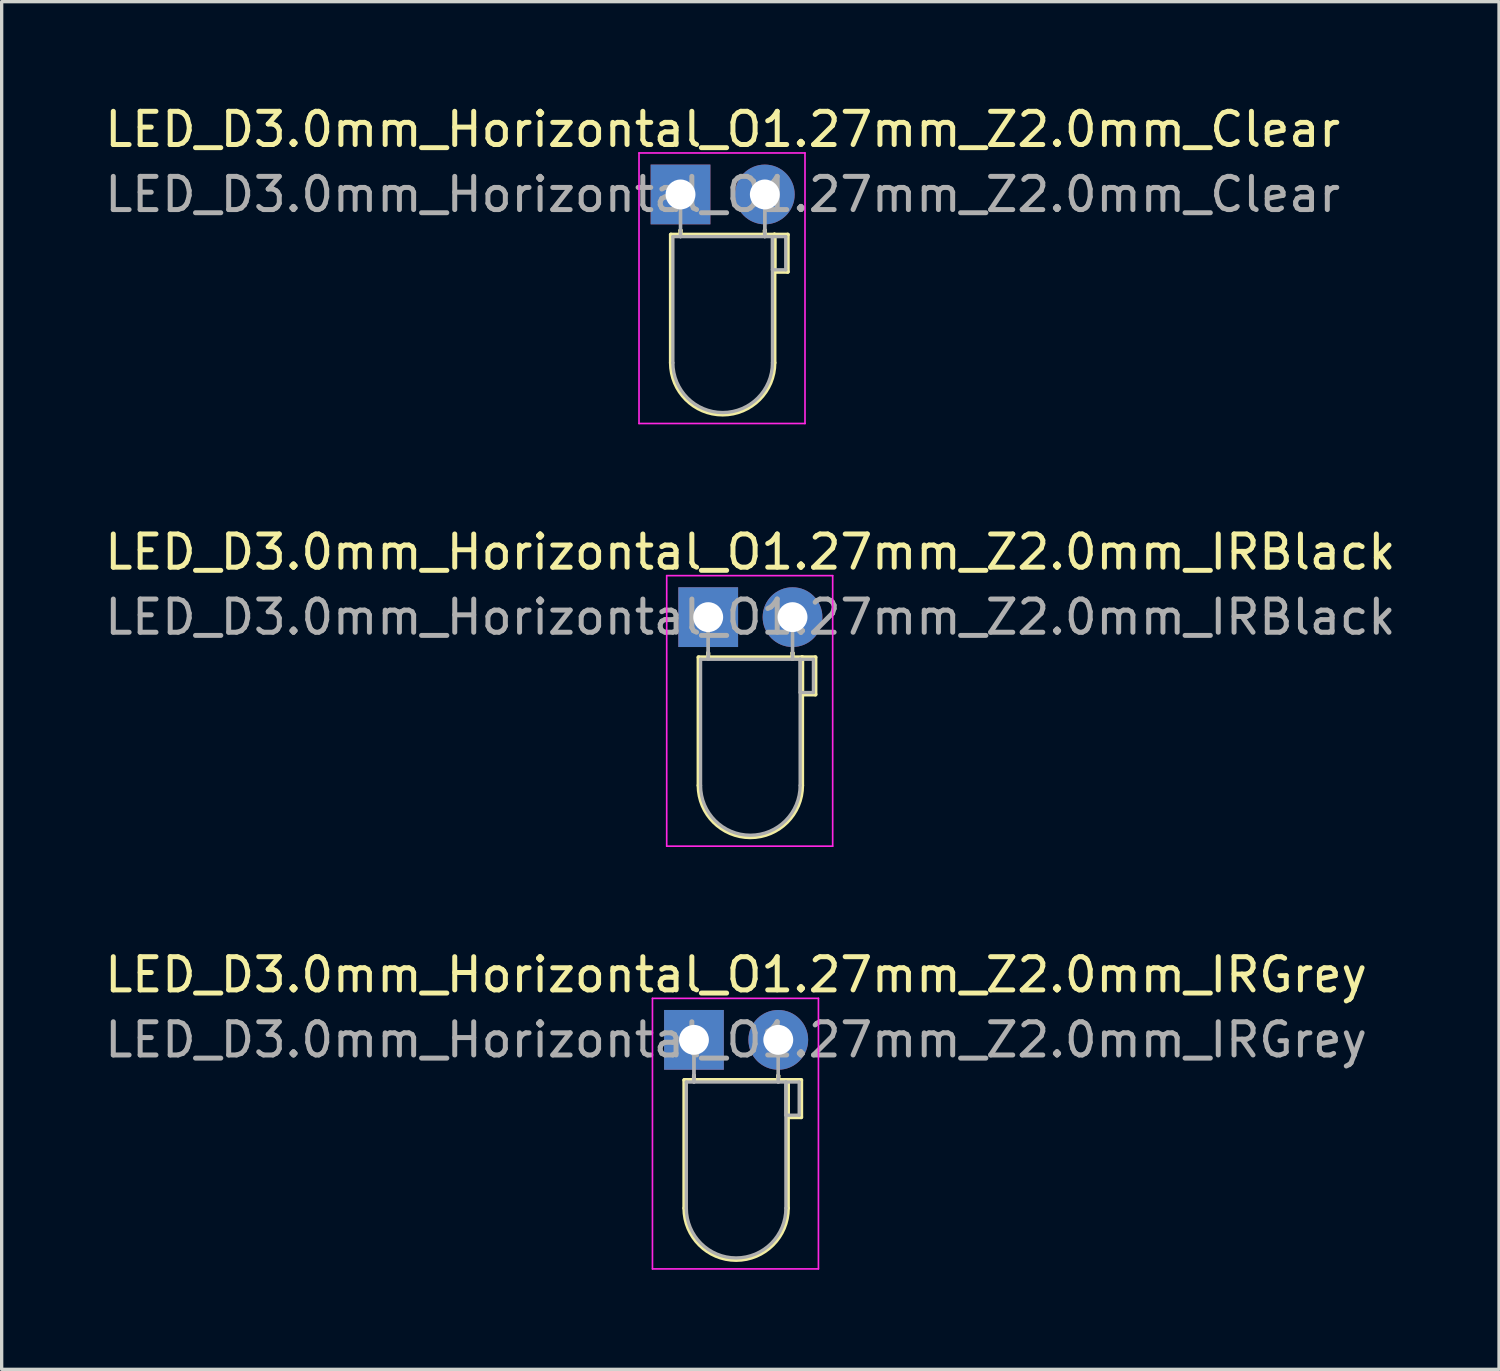
<source format=kicad_pcb>
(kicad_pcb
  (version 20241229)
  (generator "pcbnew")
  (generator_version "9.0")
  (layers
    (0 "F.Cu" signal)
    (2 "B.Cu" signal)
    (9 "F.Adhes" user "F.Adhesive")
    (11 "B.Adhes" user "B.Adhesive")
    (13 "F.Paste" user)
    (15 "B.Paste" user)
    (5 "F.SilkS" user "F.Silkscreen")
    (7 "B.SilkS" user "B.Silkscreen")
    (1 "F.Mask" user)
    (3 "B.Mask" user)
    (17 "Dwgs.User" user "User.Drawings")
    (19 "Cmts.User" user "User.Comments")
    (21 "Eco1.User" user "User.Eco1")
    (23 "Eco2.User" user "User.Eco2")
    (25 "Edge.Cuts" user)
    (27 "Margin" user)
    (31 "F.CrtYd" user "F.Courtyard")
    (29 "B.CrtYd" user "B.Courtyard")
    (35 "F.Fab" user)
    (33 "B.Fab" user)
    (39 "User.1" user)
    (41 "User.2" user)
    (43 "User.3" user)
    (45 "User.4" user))
  (footprint "LED_D3.0mm_Horizontal_O1.27mm_Z2.0mm_Clear"
    (layer "F.Cu")
    (at 17.45 2.808)
    (property "Reference" "LED_D3.0mm_Horizontal_O1.27mm_Z2.0mm_Clear" (at 1.27 -1.96 0) (layer "F.SilkS") (effects (font (size 1 1) (thickness 0.15))))
    (attr through_hole)
    (fp_line (start -0.29 1.21) (end -0.29 5.07) (stroke (width 0.12) (type solid)) (layer "F.SilkS"))
    (fp_line (start -0.29 1.21) (end 2.83 1.21) (stroke (width 0.12) (type solid)) (layer "F.SilkS"))
    (fp_line (start 0 1.08) (end 0 1.08) (stroke (width 0.12) (type solid)) (layer "F.SilkS"))
    (fp_line (start 0 1.08) (end 0 1.21) (stroke (width 0.12) (type solid)) (layer "F.SilkS"))
    (fp_line (start 0 1.21) (end 0 1.08) (stroke (width 0.12) (type solid)) (layer "F.SilkS"))
    (fp_line (start 0 1.21) (end 0 1.21) (stroke (width 0.12) (type solid)) (layer "F.SilkS"))
    (fp_line (start 2.54 1.08) (end 2.54 1.08) (stroke (width 0.12) (type solid)) (layer "F.SilkS"))
    (fp_line (start 2.54 1.08) (end 2.54 1.21) (stroke (width 0.12) (type solid)) (layer "F.SilkS"))
    (fp_line (start 2.54 1.21) (end 2.54 1.08) (stroke (width 0.12) (type solid)) (layer "F.SilkS"))
    (fp_line (start 2.54 1.21) (end 2.54 1.21) (stroke (width 0.12) (type solid)) (layer "F.SilkS"))
    (fp_line (start 2.83 1.21) (end 2.83 5.07) (stroke (width 0.12) (type solid)) (layer "F.SilkS"))
    (fp_line (start 2.83 1.21) (end 3.23 1.21) (stroke (width 0.12) (type solid)) (layer "F.SilkS"))
    (fp_line (start 2.83 2.33) (end 2.83 1.21) (stroke (width 0.12) (type solid)) (layer "F.SilkS"))
    (fp_line (start 3.23 1.21) (end 3.23 2.33) (stroke (width 0.12) (type solid)) (layer "F.SilkS"))
    (fp_line (start 3.23 2.33) (end 2.83 2.33) (stroke (width 0.12) (type solid)) (layer "F.SilkS"))
    (fp_arc (start 2.83 5.07) (mid 1.27 6.63) (end -0.29 5.07) (stroke (width 0.12) (type solid)) (layer "F.SilkS"))
    (fp_line (start -1.25 -1.25) (end -1.25 6.9) (stroke (width 0.05) (type solid)) (layer "F.CrtYd"))
    (fp_line (start -1.25 6.9) (end 3.75 6.9) (stroke (width 0.05) (type solid)) (layer "F.CrtYd"))
    (fp_line (start 3.75 -1.25) (end -1.25 -1.25) (stroke (width 0.05) (type solid)) (layer "F.CrtYd"))
    (fp_line (start 3.75 6.9) (end 3.75 -1.25) (stroke (width 0.05) (type solid)) (layer "F.CrtYd"))
    (fp_line (start -0.23 1.27) (end -0.23 5.07) (stroke (width 0.1) (type solid)) (layer "F.Fab"))
    (fp_line (start -0.23 1.27) (end 2.77 1.27) (stroke (width 0.1) (type solid)) (layer "F.Fab"))
    (fp_line (start 0 0) (end 0 0) (stroke (width 0.1) (type solid)) (layer "F.Fab"))
    (fp_line (start 0 0) (end 0 1.27) (stroke (width 0.1) (type solid)) (layer "F.Fab"))
    (fp_line (start 0 1.27) (end 0 0) (stroke (width 0.1) (type solid)) (layer "F.Fab"))
    (fp_line (start 0 1.27) (end 0 1.27) (stroke (width 0.1) (type solid)) (layer "F.Fab"))
    (fp_line (start 2.54 0) (end 2.54 0) (stroke (width 0.1) (type solid)) (layer "F.Fab"))
    (fp_line (start 2.54 0) (end 2.54 1.27) (stroke (width 0.1) (type solid)) (layer "F.Fab"))
    (fp_line (start 2.54 1.27) (end 2.54 0) (stroke (width 0.1) (type solid)) (layer "F.Fab"))
    (fp_line (start 2.54 1.27) (end 2.54 1.27) (stroke (width 0.1) (type solid)) (layer "F.Fab"))
    (fp_line (start 2.77 1.27) (end 2.77 5.07) (stroke (width 0.1) (type solid)) (layer "F.Fab"))
    (fp_line (start 2.77 1.27) (end 3.17 1.27) (stroke (width 0.1) (type solid)) (layer "F.Fab"))
    (fp_line (start 2.77 2.27) (end 2.77 1.27) (stroke (width 0.1) (type solid)) (layer "F.Fab"))
    (fp_line (start 3.17 1.27) (end 3.17 2.27) (stroke (width 0.1) (type solid)) (layer "F.Fab"))
    (fp_line (start 3.17 2.27) (end 2.77 2.27) (stroke (width 0.1) (type solid)) (layer "F.Fab"))
    (fp_arc (start 2.77 5.07) (mid 1.27 6.57) (end -0.23 5.07) (stroke (width 0.1) (type solid)) (layer "F.Fab"))
    (fp_text user "${REFERENCE}" (at 1.27 0 0) (layer "F.Fab") (effects (font (size 1 1) (thickness 0.15))))
    (pad "1" thru_hole rect (at 0 0) (size 1.8 1.8) (drill 0.9) (layers "*.Cu" "*.Mask"))
    (pad "2" thru_hole circle (at 2.54 0) (size 1.8 1.8) (drill 0.9) (layers "*.Cu" "*.Mask")))
  (footprint "LED_D3.0mm_Horizontal_O1.27mm_Z2.0mm_IRBlack"
    (layer "F.Cu")
    (at 18.284 15.541)
    (property "Reference" "LED_D3.0mm_Horizontal_O1.27mm_Z2.0mm_IRBlack" (at 1.27 -1.96 0) (layer "F.SilkS") (effects (font (size 1 1) (thickness 0.15))))
    (attr through_hole)
    (fp_line (start -0.29 1.21) (end -0.29 5.07) (stroke (width 0.12) (type solid)) (layer "F.SilkS"))
    (fp_line (start -0.29 1.21) (end 2.83 1.21) (stroke (width 0.12) (type solid)) (layer "F.SilkS"))
    (fp_line (start 0 1.08) (end 0 1.08) (stroke (width 0.12) (type solid)) (layer "F.SilkS"))
    (fp_line (start 0 1.08) (end 0 1.21) (stroke (width 0.12) (type solid)) (layer "F.SilkS"))
    (fp_line (start 0 1.21) (end 0 1.08) (stroke (width 0.12) (type solid)) (layer "F.SilkS"))
    (fp_line (start 0 1.21) (end 0 1.21) (stroke (width 0.12) (type solid)) (layer "F.SilkS"))
    (fp_line (start 2.54 1.08) (end 2.54 1.08) (stroke (width 0.12) (type solid)) (layer "F.SilkS"))
    (fp_line (start 2.54 1.08) (end 2.54 1.21) (stroke (width 0.12) (type solid)) (layer "F.SilkS"))
    (fp_line (start 2.54 1.21) (end 2.54 1.08) (stroke (width 0.12) (type solid)) (layer "F.SilkS"))
    (fp_line (start 2.54 1.21) (end 2.54 1.21) (stroke (width 0.12) (type solid)) (layer "F.SilkS"))
    (fp_line (start 2.83 1.21) (end 2.83 5.07) (stroke (width 0.12) (type solid)) (layer "F.SilkS"))
    (fp_line (start 2.83 1.21) (end 3.23 1.21) (stroke (width 0.12) (type solid)) (layer "F.SilkS"))
    (fp_line (start 2.83 2.33) (end 2.83 1.21) (stroke (width 0.12) (type solid)) (layer "F.SilkS"))
    (fp_line (start 3.23 1.21) (end 3.23 2.33) (stroke (width 0.12) (type solid)) (layer "F.SilkS"))
    (fp_line (start 3.23 2.33) (end 2.83 2.33) (stroke (width 0.12) (type solid)) (layer "F.SilkS"))
    (fp_arc (start 2.83 5.07) (mid 1.27 6.63) (end -0.29 5.07) (stroke (width 0.12) (type solid)) (layer "F.SilkS"))
    (fp_line (start -1.25 -1.25) (end -1.25 6.9) (stroke (width 0.05) (type solid)) (layer "F.CrtYd"))
    (fp_line (start -1.25 6.9) (end 3.75 6.9) (stroke (width 0.05) (type solid)) (layer "F.CrtYd"))
    (fp_line (start 3.75 -1.25) (end -1.25 -1.25) (stroke (width 0.05) (type solid)) (layer "F.CrtYd"))
    (fp_line (start 3.75 6.9) (end 3.75 -1.25) (stroke (width 0.05) (type solid)) (layer "F.CrtYd"))
    (fp_line (start -0.23 1.27) (end -0.23 5.07) (stroke (width 0.1) (type solid)) (layer "F.Fab"))
    (fp_line (start -0.23 1.27) (end 2.77 1.27) (stroke (width 0.1) (type solid)) (layer "F.Fab"))
    (fp_line (start 0 0) (end 0 0) (stroke (width 0.1) (type solid)) (layer "F.Fab"))
    (fp_line (start 0 0) (end 0 1.27) (stroke (width 0.1) (type solid)) (layer "F.Fab"))
    (fp_line (start 0 1.27) (end 0 0) (stroke (width 0.1) (type solid)) (layer "F.Fab"))
    (fp_line (start 0 1.27) (end 0 1.27) (stroke (width 0.1) (type solid)) (layer "F.Fab"))
    (fp_line (start 2.54 0) (end 2.54 0) (stroke (width 0.1) (type solid)) (layer "F.Fab"))
    (fp_line (start 2.54 0) (end 2.54 1.27) (stroke (width 0.1) (type solid)) (layer "F.Fab"))
    (fp_line (start 2.54 1.27) (end 2.54 0) (stroke (width 0.1) (type solid)) (layer "F.Fab"))
    (fp_line (start 2.54 1.27) (end 2.54 1.27) (stroke (width 0.1) (type solid)) (layer "F.Fab"))
    (fp_line (start 2.77 1.27) (end 2.77 5.07) (stroke (width 0.1) (type solid)) (layer "F.Fab"))
    (fp_line (start 2.77 1.27) (end 3.17 1.27) (stroke (width 0.1) (type solid)) (layer "F.Fab"))
    (fp_line (start 2.77 2.27) (end 2.77 1.27) (stroke (width 0.1) (type solid)) (layer "F.Fab"))
    (fp_line (start 3.17 1.27) (end 3.17 2.27) (stroke (width 0.1) (type solid)) (layer "F.Fab"))
    (fp_line (start 3.17 2.27) (end 2.77 2.27) (stroke (width 0.1) (type solid)) (layer "F.Fab"))
    (fp_arc (start 2.77 5.07) (mid 1.27 6.57) (end -0.23 5.07) (stroke (width 0.1) (type solid)) (layer "F.Fab"))
    (fp_text user "${REFERENCE}" (at 1.27 0 0) (layer "F.Fab") (effects (font (size 1 1) (thickness 0.15))))
    (pad "1" thru_hole rect (at 0 0) (size 1.8 1.8) (drill 0.9) (layers "*.Cu" "*.Mask"))
    (pad "2" thru_hole circle (at 2.54 0) (size 1.8 1.8) (drill 0.9) (layers "*.Cu" "*.Mask")))
  (footprint "LED_D3.0mm_Horizontal_O1.27mm_Z2.0mm_IRGrey"
    (layer "F.Cu")
    (at 17.855 28.275)
    (property "Reference" "LED_D3.0mm_Horizontal_O1.27mm_Z2.0mm_IRGrey" (at 1.27 -1.96 0) (layer "F.SilkS") (effects (font (size 1 1) (thickness 0.15))))
    (attr through_hole)
    (fp_line (start -0.29 1.21) (end -0.29 5.07) (stroke (width 0.12) (type solid)) (layer "F.SilkS"))
    (fp_line (start -0.29 1.21) (end 2.83 1.21) (stroke (width 0.12) (type solid)) (layer "F.SilkS"))
    (fp_line (start 0 1.08) (end 0 1.08) (stroke (width 0.12) (type solid)) (layer "F.SilkS"))
    (fp_line (start 0 1.08) (end 0 1.21) (stroke (width 0.12) (type solid)) (layer "F.SilkS"))
    (fp_line (start 0 1.21) (end 0 1.08) (stroke (width 0.12) (type solid)) (layer "F.SilkS"))
    (fp_line (start 0 1.21) (end 0 1.21) (stroke (width 0.12) (type solid)) (layer "F.SilkS"))
    (fp_line (start 2.54 1.08) (end 2.54 1.08) (stroke (width 0.12) (type solid)) (layer "F.SilkS"))
    (fp_line (start 2.54 1.08) (end 2.54 1.21) (stroke (width 0.12) (type solid)) (layer "F.SilkS"))
    (fp_line (start 2.54 1.21) (end 2.54 1.08) (stroke (width 0.12) (type solid)) (layer "F.SilkS"))
    (fp_line (start 2.54 1.21) (end 2.54 1.21) (stroke (width 0.12) (type solid)) (layer "F.SilkS"))
    (fp_line (start 2.83 1.21) (end 2.83 5.07) (stroke (width 0.12) (type solid)) (layer "F.SilkS"))
    (fp_line (start 2.83 1.21) (end 3.23 1.21) (stroke (width 0.12) (type solid)) (layer "F.SilkS"))
    (fp_line (start 2.83 2.33) (end 2.83 1.21) (stroke (width 0.12) (type solid)) (layer "F.SilkS"))
    (fp_line (start 3.23 1.21) (end 3.23 2.33) (stroke (width 0.12) (type solid)) (layer "F.SilkS"))
    (fp_line (start 3.23 2.33) (end 2.83 2.33) (stroke (width 0.12) (type solid)) (layer "F.SilkS"))
    (fp_arc (start 2.83 5.07) (mid 1.27 6.63) (end -0.29 5.07) (stroke (width 0.12) (type solid)) (layer "F.SilkS"))
    (fp_line (start -1.25 -1.25) (end -1.25 6.9) (stroke (width 0.05) (type solid)) (layer "F.CrtYd"))
    (fp_line (start -1.25 6.9) (end 3.75 6.9) (stroke (width 0.05) (type solid)) (layer "F.CrtYd"))
    (fp_line (start 3.75 -1.25) (end -1.25 -1.25) (stroke (width 0.05) (type solid)) (layer "F.CrtYd"))
    (fp_line (start 3.75 6.9) (end 3.75 -1.25) (stroke (width 0.05) (type solid)) (layer "F.CrtYd"))
    (fp_line (start -0.23 1.27) (end -0.23 5.07) (stroke (width 0.1) (type solid)) (layer "F.Fab"))
    (fp_line (start -0.23 1.27) (end 2.77 1.27) (stroke (width 0.1) (type solid)) (layer "F.Fab"))
    (fp_line (start 0 0) (end 0 0) (stroke (width 0.1) (type solid)) (layer "F.Fab"))
    (fp_line (start 0 0) (end 0 1.27) (stroke (width 0.1) (type solid)) (layer "F.Fab"))
    (fp_line (start 0 1.27) (end 0 0) (stroke (width 0.1) (type solid)) (layer "F.Fab"))
    (fp_line (start 0 1.27) (end 0 1.27) (stroke (width 0.1) (type solid)) (layer "F.Fab"))
    (fp_line (start 2.54 0) (end 2.54 0) (stroke (width 0.1) (type solid)) (layer "F.Fab"))
    (fp_line (start 2.54 0) (end 2.54 1.27) (stroke (width 0.1) (type solid)) (layer "F.Fab"))
    (fp_line (start 2.54 1.27) (end 2.54 0) (stroke (width 0.1) (type solid)) (layer "F.Fab"))
    (fp_line (start 2.54 1.27) (end 2.54 1.27) (stroke (width 0.1) (type solid)) (layer "F.Fab"))
    (fp_line (start 2.77 1.27) (end 2.77 5.07) (stroke (width 0.1) (type solid)) (layer "F.Fab"))
    (fp_line (start 2.77 1.27) (end 3.17 1.27) (stroke (width 0.1) (type solid)) (layer "F.Fab"))
    (fp_line (start 2.77 2.27) (end 2.77 1.27) (stroke (width 0.1) (type solid)) (layer "F.Fab"))
    (fp_line (start 3.17 1.27) (end 3.17 2.27) (stroke (width 0.1) (type solid)) (layer "F.Fab"))
    (fp_line (start 3.17 2.27) (end 2.77 2.27) (stroke (width 0.1) (type solid)) (layer "F.Fab"))
    (fp_arc (start 2.77 5.07) (mid 1.27 6.57) (end -0.23 5.07) (stroke (width 0.1) (type solid)) (layer "F.Fab"))
    (fp_text user "${REFERENCE}" (at 1.27 0 0) (layer "F.Fab") (effects (font (size 1 1) (thickness 0.15))))
    (pad "1" thru_hole rect (at 0 0) (size 1.8 1.8) (drill 0.9) (layers "*.Cu" "*.Mask"))
    (pad "2" thru_hole circle (at 2.54 0) (size 1.8 1.8) (drill 0.9) (layers "*.Cu" "*.Mask")))
  (gr_rect
    (start -3 -3)
    (end 42.107 38.2)
    (stroke (width 0.1) (type default))
    (fill no)
    (layer "Edge.Cuts")))
</source>
